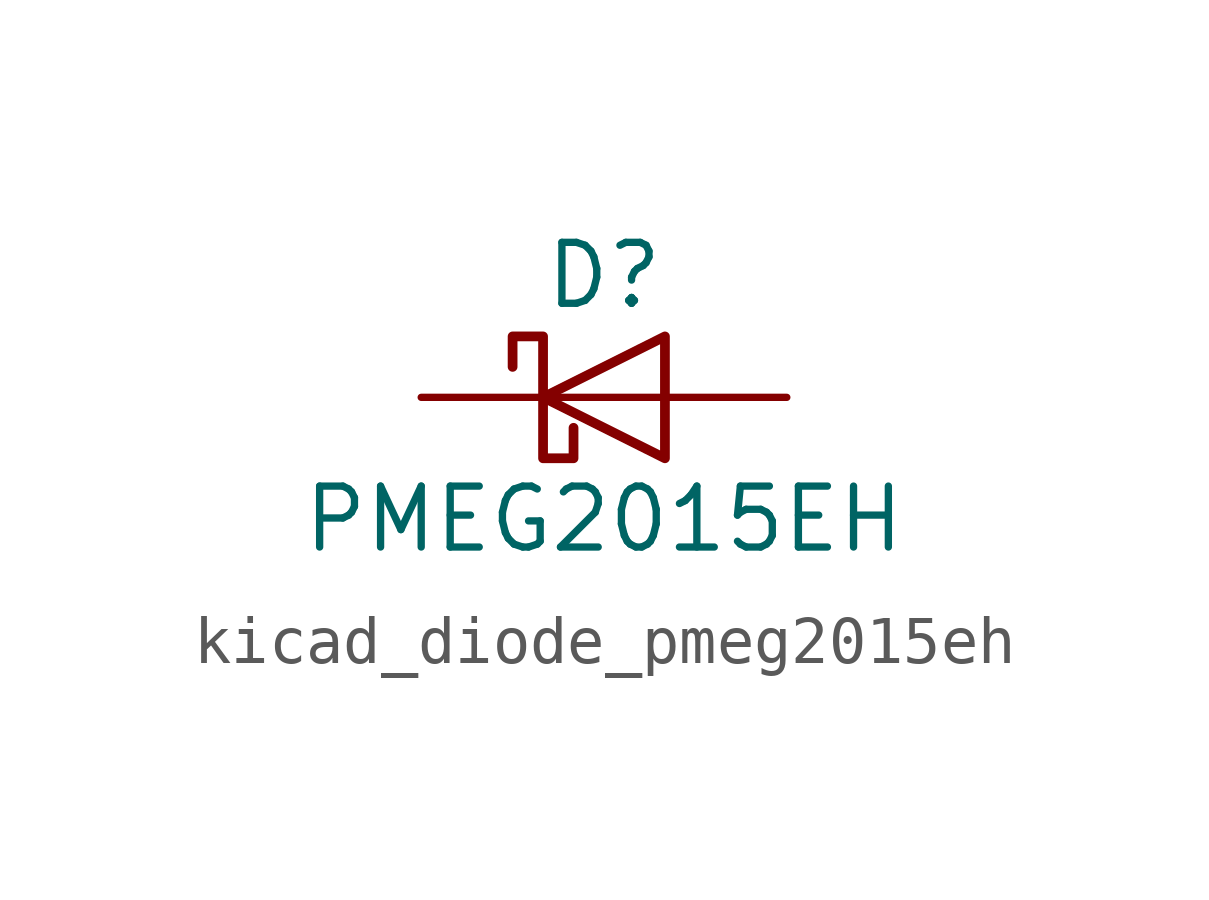
<source format=kicad_sym>
(kicad_symbol_lib
  (version 20220914)
  (generator kicad_symbol_editor)
  (symbol "kicad_diode_pmeg2015eh"
    (pin_numbers hide)
    (pin_names hide)
    (property "Reference" "D"
      (at 0 2.54 0)
      (effects (font (size 1.27 1.27))))
    (property "Value" "PMEG2015EH"
      (at 0 -2.54 0)
      (effects (font (size 1.27 1.27))))
    (symbol "kicad_diode_pmeg2015eh_0_1"
      (polyline (pts (xy 1.27 0) (xy -1.27 0)) (stroke (width 0) (type default)) (fill (type none)))
      (polyline (pts (xy 1.27 1.27) (xy 1.27 -1.27) (xy -1.27 0) (xy 1.27 1.27)) (stroke (width 0.203) (type default)) (fill (type none)))
      (polyline (pts (xy -1.905 0.635) (xy -1.905 1.27) (xy -1.27 1.27) (xy -1.27 -1.27) (xy -0.635 -1.27) (xy -0.635 -0.635)) (stroke (width 0.203) (type default)) (fill (type none))))
    (symbol "kicad_diode_pmeg2015eh_1_1"
      (pin passive line (at -3.81 0 0) (length 2.54) (name "K" (effects (font (size 1.27 1.27)))) (number "1" (effects (font (size 1.27 1.27)))))
      (pin passive line (at 3.81 0 180) (length 2.54) (name "A" (effects (font (size 1.27 1.27)))) (number "2" (effects (font (size 1.27 1.27))))))))
</source>
